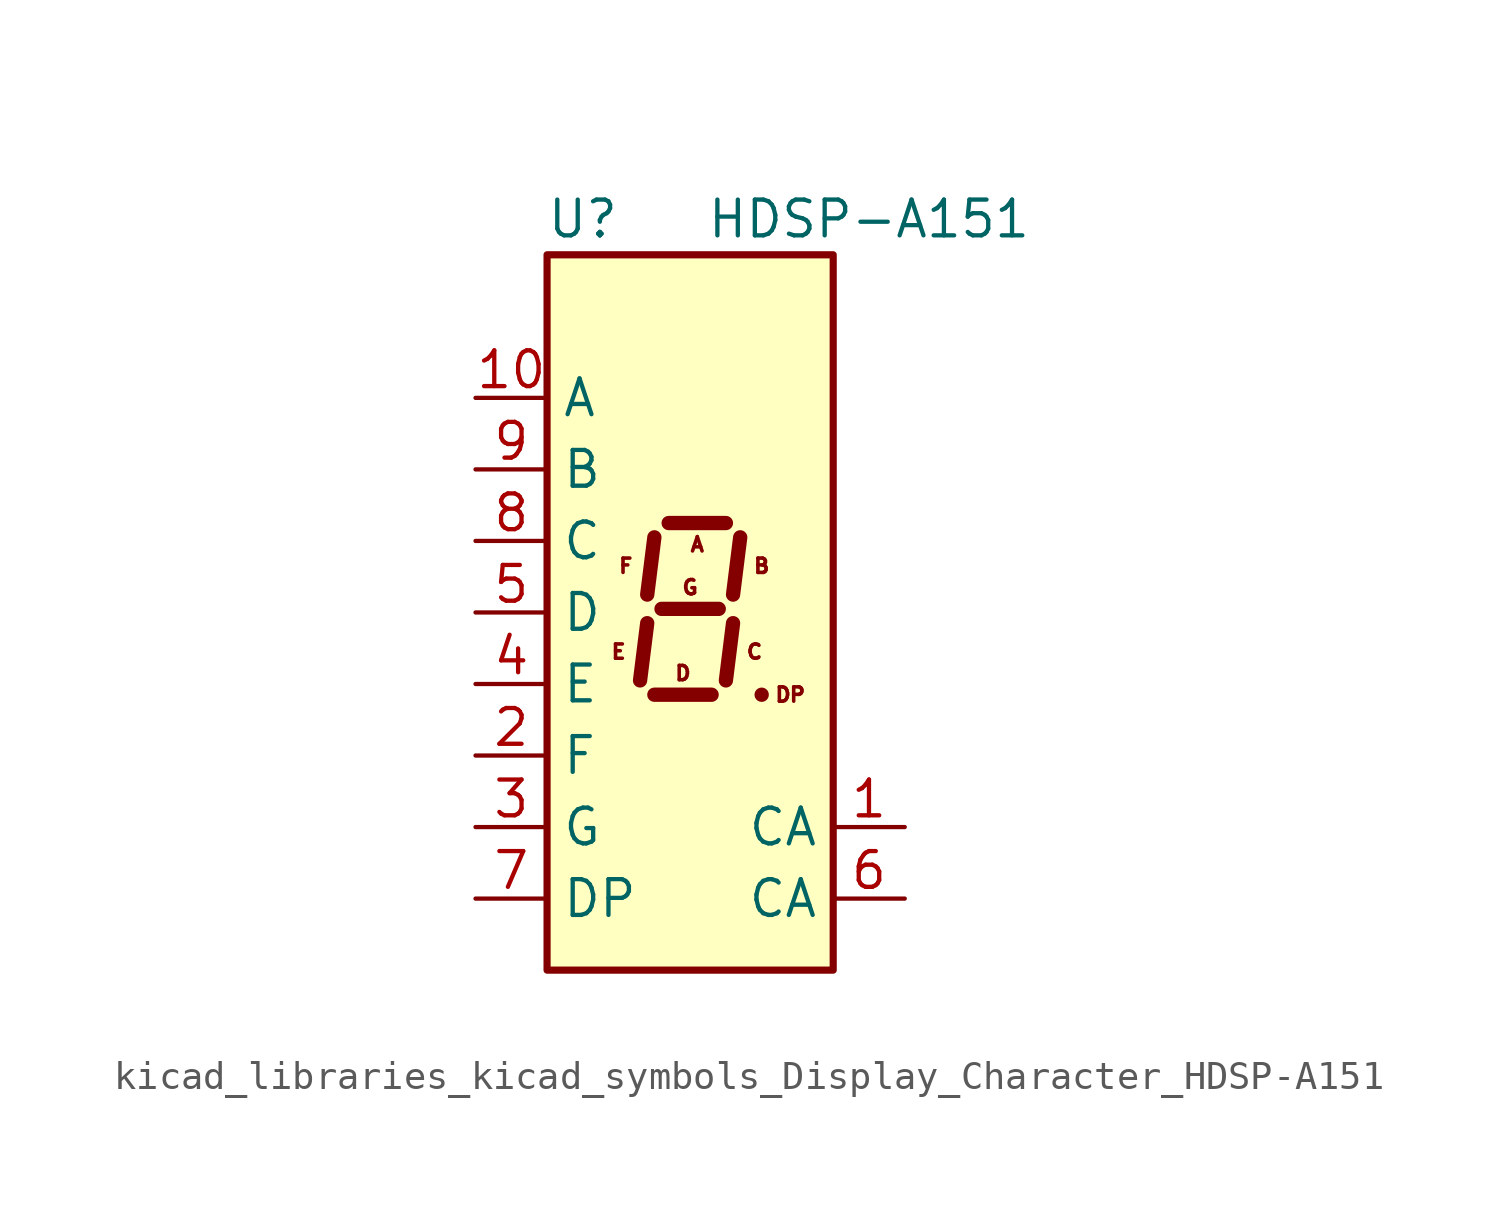
<source format=kicad_sym>
(kicad_symbol_lib
  (version 20220914)
  (generator kicad_symbol_editor)
  (symbol "kicad_libraries_kicad_symbols_Display_Character_HDSP-A151"
    (property "Reference" "U"
      (at -3.81 13.97 0)
      (effects (font (size 1.27 1.27))))
    (property "Value" "HDSP-A151"
      (at 6.35 13.97 0)
      (effects (font (size 1.27 1.27))))
    (symbol "kicad_libraries_kicad_symbols_Display_Character_HDSP-A151_1_0"
      (text "A" (at 0.254 2.413 0) (effects (font (size 0.508 0.508))))
      (text "B" (at 2.54 1.651 0) (effects (font (size 0.508 0.508))))
      (text "C" (at 2.286 -1.397 0) (effects (font (size 0.508 0.508))))
      (text "D" (at -0.254 -2.159 0) (effects (font (size 0.508 0.508))))
      (text "DP" (at 3.556 -2.921 0) (effects (font (size 0.508 0.508))))
      (text "E" (at -2.54 -1.397 0) (effects (font (size 0.508 0.508))))
      (text "F" (at -2.286 1.651 0) (effects (font (size 0.508 0.508))))
      (text "G" (at 0 0.889 0) (effects (font (size 0.508 0.508)))))
    (symbol "kicad_libraries_kicad_symbols_Display_Character_HDSP-A151_1_1"
      (rectangle (start -5.08 12.7) (end 5.08 -12.7) (stroke (width 0.254) (type default)) (fill (type background)))
      (polyline (pts (xy -1.524 -0.381) (xy -1.778 -2.413)) (stroke (width 0.508) (type default)) (fill (type none)))
      (polyline (pts (xy -1.27 -2.921) (xy 0.762 -2.921)) (stroke (width 0.508) (type default)) (fill (type none)))
      (polyline (pts (xy -1.27 2.667) (xy -1.524 0.635)) (stroke (width 0.508) (type default)) (fill (type none)))
      (polyline (pts (xy -1.016 0.127) (xy 1.016 0.127)) (stroke (width 0.508) (type default)) (fill (type none)))
      (polyline (pts (xy -0.762 3.175) (xy 1.27 3.175)) (stroke (width 0.508) (type default)) (fill (type none)))
      (polyline (pts (xy 1.524 -0.381) (xy 1.27 -2.413)) (stroke (width 0.508) (type default)) (fill (type none)))
      (polyline (pts (xy 1.778 2.667) (xy 1.524 0.635)) (stroke (width 0.508) (type default)) (fill (type none)))
      (polyline (pts (xy 2.54 -2.921) (xy 2.54 -2.921)) (stroke (width 0.508) (type default)) (fill (type none)))
      (pin input line (at 7.62 -7.62 180) (length 2.54) (name "CA" (effects (font (size 1.27 1.27)))) (number "1" (effects (font (size 1.27 1.27)))))
      (pin input line (at -7.62 7.62 0) (length 2.54) (name "A" (effects (font (size 1.27 1.27)))) (number "10" (effects (font (size 1.27 1.27)))))
      (pin input line (at -7.62 -5.08 0) (length 2.54) (name "F" (effects (font (size 1.27 1.27)))) (number "2" (effects (font (size 1.27 1.27)))))
      (pin input line (at -7.62 -7.62 0) (length 2.54) (name "G" (effects (font (size 1.27 1.27)))) (number "3" (effects (font (size 1.27 1.27)))))
      (pin input line (at -7.62 -2.54 0) (length 2.54) (name "E" (effects (font (size 1.27 1.27)))) (number "4" (effects (font (size 1.27 1.27)))))
      (pin input line (at -7.62 0 0) (length 2.54) (name "D" (effects (font (size 1.27 1.27)))) (number "5" (effects (font (size 1.27 1.27)))))
      (pin input line (at 7.62 -10.16 180) (length 2.54) (name "CA" (effects (font (size 1.27 1.27)))) (number "6" (effects (font (size 1.27 1.27)))))
      (pin input line (at -7.62 -10.16 0) (length 2.54) (name "DP" (effects (font (size 1.27 1.27)))) (number "7" (effects (font (size 1.27 1.27)))))
      (pin input line (at -7.62 2.54 0) (length 2.54) (name "C" (effects (font (size 1.27 1.27)))) (number "8" (effects (font (size 1.27 1.27)))))
      (pin input line (at -7.62 5.08 0) (length 2.54) (name "B" (effects (font (size 1.27 1.27)))) (number "9" (effects (font (size 1.27 1.27))))))))
</source>
